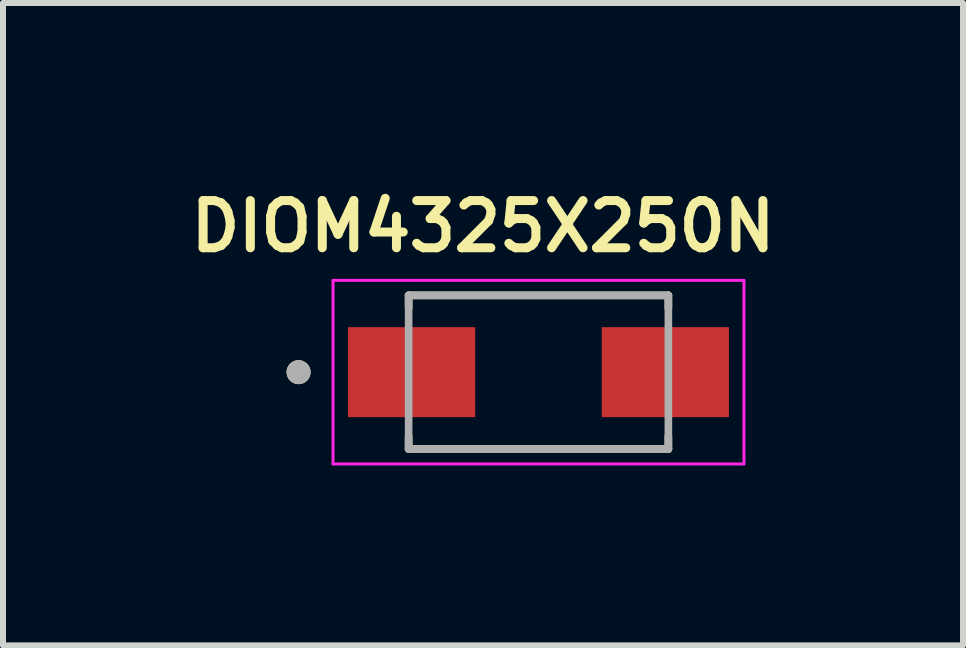
<source format=kicad_pcb>
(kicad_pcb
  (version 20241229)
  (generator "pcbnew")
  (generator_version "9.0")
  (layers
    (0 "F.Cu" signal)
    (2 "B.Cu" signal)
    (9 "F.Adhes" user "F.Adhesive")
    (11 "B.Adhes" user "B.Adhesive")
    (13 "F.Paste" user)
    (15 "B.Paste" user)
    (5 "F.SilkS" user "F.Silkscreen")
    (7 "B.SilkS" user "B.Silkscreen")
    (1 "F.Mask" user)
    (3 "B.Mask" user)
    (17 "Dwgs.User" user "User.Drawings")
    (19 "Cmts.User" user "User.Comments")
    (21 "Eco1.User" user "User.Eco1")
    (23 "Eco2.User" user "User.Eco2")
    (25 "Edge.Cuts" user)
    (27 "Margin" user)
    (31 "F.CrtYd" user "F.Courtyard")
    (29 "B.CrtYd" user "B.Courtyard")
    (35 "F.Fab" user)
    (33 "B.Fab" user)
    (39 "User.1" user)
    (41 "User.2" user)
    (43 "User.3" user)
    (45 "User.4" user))
  (footprint "DIOM4325X250N"
    (layer "F.Cu")
    (at 5.927 3.154)
    (property "Reference" "DIOM4325X250N" (at -0.925 -2.43 0) (layer "F.SilkS") (effects (font (size 0.787 0.787) (thickness 0.15))))
    (attr smd)
    (fp_line (start -2.165 -1.28) (end -2.165 -1.07) (stroke (width 0.127) (type solid)) (layer "F.SilkS"))
    (fp_line (start -2.165 1.28) (end -2.165 1.07) (stroke (width 0.127) (type solid)) (layer "F.SilkS"))
    (fp_line (start -2.165 1.28) (end 2.165 1.28) (stroke (width 0.127) (type solid)) (layer "F.SilkS"))
    (fp_line (start 2.165 -1.28) (end -2.165 -1.28) (stroke (width 0.127) (type solid)) (layer "F.SilkS"))
    (fp_line (start 2.165 -1.07) (end 2.165 -1.28) (stroke (width 0.127) (type solid)) (layer "F.SilkS"))
    (fp_line (start 2.165 1.28) (end 2.165 1.07) (stroke (width 0.127) (type solid)) (layer "F.SilkS"))
    (fp_circle (center -4 0) (end -3.9 0) (stroke (width 0.2) (type solid)) (fill no) (layer "F.SilkS"))
    (fp_line (start -3.425 -1.53) (end -3.425 1.53) (stroke (width 0.05) (type solid)) (layer "F.CrtYd"))
    (fp_line (start -3.425 1.53) (end 3.425 1.53) (stroke (width 0.05) (type solid)) (layer "F.CrtYd"))
    (fp_line (start 3.425 -1.53) (end -3.425 -1.53) (stroke (width 0.05) (type solid)) (layer "F.CrtYd"))
    (fp_line (start 3.425 1.53) (end 3.425 -1.53) (stroke (width 0.05) (type solid)) (layer "F.CrtYd"))
    (fp_line (start -2.165 -1.28) (end -2.165 1.28) (stroke (width 0.127) (type solid)) (layer "F.Fab"))
    (fp_line (start -2.165 1.28) (end 2.165 1.28) (stroke (width 0.127) (type solid)) (layer "F.Fab"))
    (fp_line (start 2.165 -1.28) (end -2.165 -1.28) (stroke (width 0.127) (type solid)) (layer "F.Fab"))
    (fp_line (start 2.165 1.28) (end 2.165 -1.28) (stroke (width 0.127) (type solid)) (layer "F.Fab"))
    (fp_circle (center -4 0) (end -3.9 0) (stroke (width 0.2) (type solid)) (fill no) (layer "F.Fab"))
    (pad "A" smd rect (at 2.115 0) (size 2.12 1.5) (layers "F.Cu" "F.Mask" "F.Paste"))
    (pad "C" smd rect (at -2.115 0) (size 2.12 1.5) (layers "F.Cu" "F.Mask" "F.Paste")))
  (gr_rect
    (start -3 -3)
    (end 13.004 7.709)
    (stroke (width 0.1) (type default))
    (fill no)
    (layer "Edge.Cuts")))
</source>
